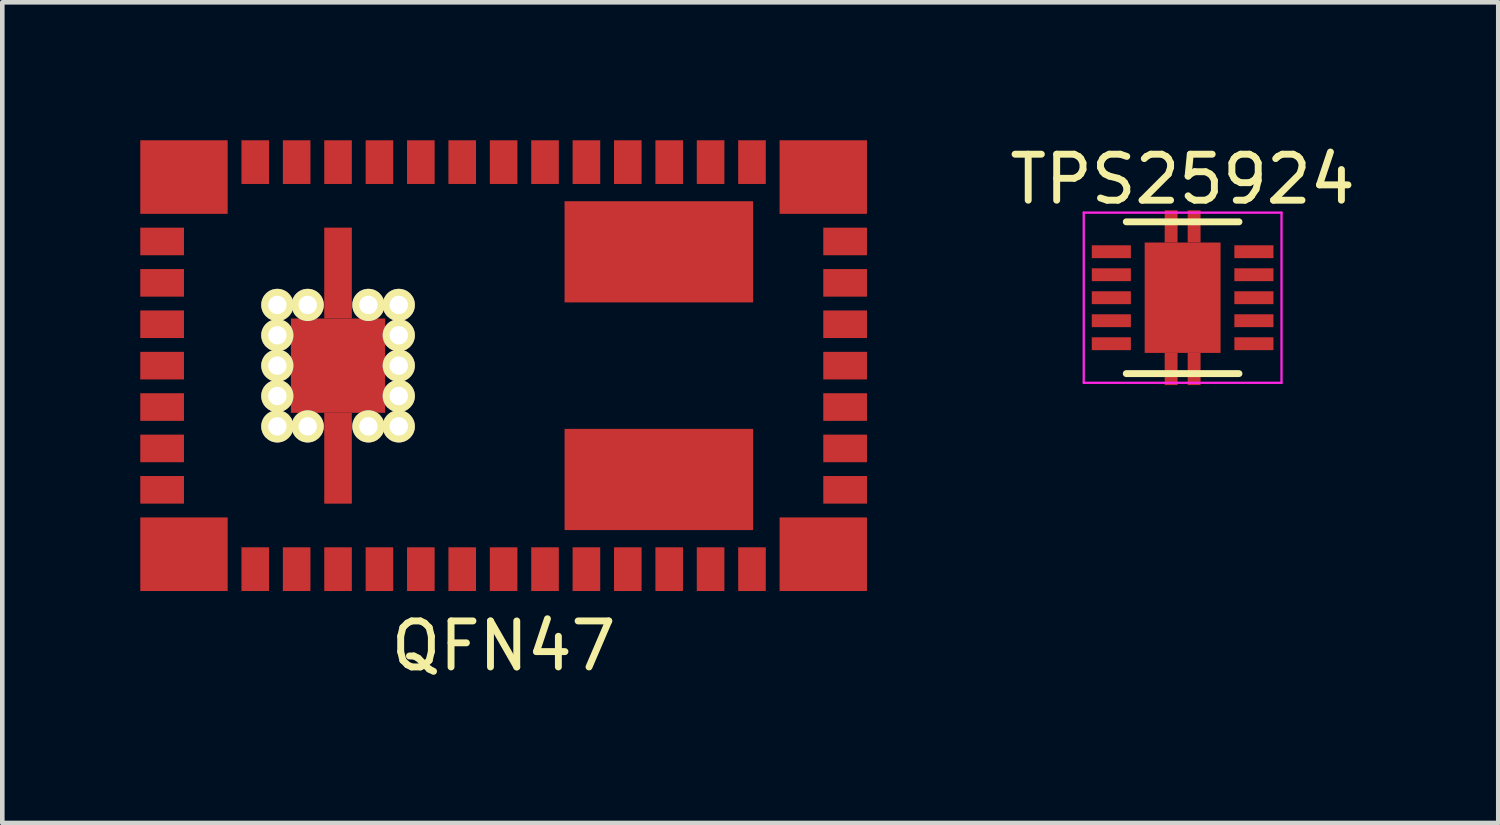
<source format=kicad_pcb>
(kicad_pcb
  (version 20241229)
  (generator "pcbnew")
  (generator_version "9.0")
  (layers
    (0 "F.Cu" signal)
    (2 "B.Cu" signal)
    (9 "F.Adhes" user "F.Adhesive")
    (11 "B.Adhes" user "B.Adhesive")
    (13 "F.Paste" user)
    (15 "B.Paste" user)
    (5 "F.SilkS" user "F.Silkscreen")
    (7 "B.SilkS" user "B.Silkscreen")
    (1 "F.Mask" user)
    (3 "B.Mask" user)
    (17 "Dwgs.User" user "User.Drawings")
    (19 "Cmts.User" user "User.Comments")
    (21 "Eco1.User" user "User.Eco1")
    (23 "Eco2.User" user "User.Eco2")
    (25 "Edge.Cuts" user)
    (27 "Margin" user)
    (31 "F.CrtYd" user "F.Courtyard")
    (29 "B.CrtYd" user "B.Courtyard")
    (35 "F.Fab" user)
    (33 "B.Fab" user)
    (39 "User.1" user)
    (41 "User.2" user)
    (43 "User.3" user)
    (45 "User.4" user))
  (footprint "TPS25924"
    (layer "F.Cu")
    (at 22.663 3.423)
    (property "Reference" "TPS25924" (at 0 -2.575 0) (layer "F.SilkS") (effects (font (size 1 1) (thickness 0.15))))
    (attr smd)
    (fp_line (start -1.225 -1.65) (end 1.225 -1.65) (stroke (width 0.15) (type solid)) (layer "F.SilkS"))
    (fp_line (start -1.225 1.65) (end 1.225 1.65) (stroke (width 0.15) (type solid)) (layer "F.SilkS"))
    (fp_line (start -2.15 -1.85) (end -2.15 1.85) (stroke (width 0.05) (type solid)) (layer "F.CrtYd"))
    (fp_line (start -2.15 -1.85) (end 2.15 -1.85) (stroke (width 0.05) (type solid)) (layer "F.CrtYd"))
    (fp_line (start -2.15 1.85) (end 2.15 1.85) (stroke (width 0.05) (type solid)) (layer "F.CrtYd"))
    (fp_line (start 2.15 -1.85) (end 2.15 1.85) (stroke (width 0.05) (type solid)) (layer "F.CrtYd"))
    (pad "1" smd rect (at -1.55 -1) (size 0.85 0.28) (layers "F.Cu" "F.Mask" "F.Paste"))
    (pad "2" smd rect (at -1.55 -0.5) (size 0.85 0.28) (layers "F.Cu" "F.Mask" "F.Paste"))
    (pad "3" smd rect (at -1.55 0) (size 0.85 0.28) (layers "F.Cu" "F.Mask" "F.Paste"))
    (pad "4" smd rect (at -1.55 0.5) (size 0.85 0.28) (layers "F.Cu" "F.Mask" "F.Paste"))
    (pad "5" smd rect (at -1.55 1) (size 0.85 0.28) (layers "F.Cu" "F.Mask" "F.Paste"))
    (pad "6" smd rect (at 1.55 1) (size 0.85 0.28) (layers "F.Cu" "F.Mask" "F.Paste"))
    (pad "7" smd rect (at 1.55 0.5) (size 0.85 0.28) (layers "F.Cu" "F.Mask" "F.Paste"))
    (pad "8" smd rect (at 1.55 0) (size 0.85 0.28) (layers "F.Cu" "F.Mask" "F.Paste"))
    (pad "9" smd rect (at 1.55 -0.5) (size 0.85 0.28) (layers "F.Cu" "F.Mask" "F.Paste"))
    (pad "10" smd rect (at 1.55 -1) (size 0.85 0.28) (layers "F.Cu" "F.Mask" "F.Paste"))
    (pad "11" smd rect (at -0.25 -1.55) (size 0.28 0.7) (layers "F.Cu" "F.Mask" "F.Paste"))
    (pad "11" smd rect (at -0.25 1.55) (size 0.28 0.7) (layers "F.Cu" "F.Mask" "F.Paste"))
    (pad "11" smd rect (at 0 0) (size 1.65 2.4) (layers "F.Cu" "F.Mask" "F.Paste"))
    (pad "11" smd rect (at 0.25 -1.55) (size 0.28 0.7) (layers "F.Cu" "F.Mask" "F.Paste"))
    (pad "11" smd rect (at 0.25 1.55) (size 0.28 0.7) (layers "F.Cu" "F.Mask" "F.Paste")))
  (footprint "QFN47"
    (layer "F.Cu")
    (at 7.9 4.9)
    (property "Reference" "QFN47" (at 0 6.096 0) (layer "F.SilkS") (effects (font (size 1 1) (thickness 0.15))))
    (attr through_hole)
    (pad "1" smd rect (at -6.95 4.1) (size 1.9 1.6) (layers "F.Cu" "F.Mask" "F.Paste"))
    (pad "2" smd rect (at -5.4 4.425) (size 0.6 0.95) (layers "F.Cu" "F.Mask" "F.Paste"))
    (pad "3" smd rect (at -4.5 4.425) (size 0.6 0.95) (layers "F.Cu" "F.Mask" "F.Paste"))
    (pad "4" smd rect (at -3.6 4.425) (size 0.6 0.95) (layers "F.Cu" "F.Mask" "F.Paste"))
    (pad "5" smd rect (at -2.7 4.425) (size 0.6 0.95) (layers "F.Cu" "F.Mask" "F.Paste"))
    (pad "6" smd rect (at -1.8 4.425) (size 0.6 0.95) (layers "F.Cu" "F.Mask" "F.Paste"))
    (pad "7" smd rect (at -0.9 4.425) (size 0.6 0.95) (layers "F.Cu" "F.Mask" "F.Paste"))
    (pad "8" smd rect (at 0 4.425) (size 0.6 0.95) (layers "F.Cu" "F.Mask" "F.Paste"))
    (pad "9" smd rect (at 0.9 4.425) (size 0.6 0.95) (layers "F.Cu" "F.Mask" "F.Paste"))
    (pad "10" smd rect (at 1.8 4.425) (size 0.6 0.95) (layers "F.Cu" "F.Mask" "F.Paste"))
    (pad "11" smd rect (at 2.7 4.425) (size 0.6 0.95) (layers "F.Cu" "F.Mask" "F.Paste"))
    (pad "12" smd rect (at 3.6 4.425) (size 0.6 0.95) (layers "F.Cu" "F.Mask" "F.Paste"))
    (pad "13" smd rect (at 4.5 4.425) (size 0.6 0.95) (layers "F.Cu" "F.Mask" "F.Paste"))
    (pad "14" smd rect (at 5.4 4.425) (size 0.6 0.95) (layers "F.Cu" "F.Mask" "F.Paste"))
    (pad "15" smd rect (at 6.95 4.1) (size 1.9 1.6) (layers "F.Cu" "F.Mask" "F.Paste"))
    (pad "16" smd rect (at 7.425 2.7 90) (size 0.6 0.95) (layers "F.Cu" "F.Mask" "F.Paste"))
    (pad "17" smd rect (at 7.425 1.8 90) (size 0.6 0.95) (layers "F.Cu" "F.Mask" "F.Paste"))
    (pad "18" smd rect (at 7.425 0.9 90) (size 0.6 0.95) (layers "F.Cu" "F.Mask" "F.Paste"))
    (pad "19" smd rect (at 7.425 0 90) (size 0.6 0.95) (layers "F.Cu" "F.Mask" "F.Paste"))
    (pad "20" smd rect (at 7.425 -0.9 90) (size 0.6 0.95) (layers "F.Cu" "F.Mask" "F.Paste"))
    (pad "21" smd rect (at 7.425 -1.8 90) (size 0.6 0.95) (layers "F.Cu" "F.Mask" "F.Paste"))
    (pad "22" smd rect (at 7.425 -2.7 90) (size 0.6 0.95) (layers "F.Cu" "F.Mask" "F.Paste"))
    (pad "23" smd rect (at 6.95 -4.1) (size 1.9 1.6) (layers "F.Cu" "F.Mask" "F.Paste"))
    (pad "24" smd rect (at 5.4 -4.425) (size 0.6 0.95) (layers "F.Cu" "F.Mask" "F.Paste"))
    (pad "25" smd rect (at 4.5 -4.425) (size 0.6 0.95) (layers "F.Cu" "F.Mask" "F.Paste"))
    (pad "26" smd rect (at 3.6 -4.425) (size 0.6 0.95) (layers "F.Cu" "F.Mask" "F.Paste"))
    (pad "27" smd rect (at 2.7 -4.425) (size 0.6 0.95) (layers "F.Cu" "F.Mask" "F.Paste"))
    (pad "28" smd rect (at 1.8 -4.425) (size 0.6 0.95) (layers "F.Cu" "F.Mask" "F.Paste"))
    (pad "29" smd rect (at 0.9 -4.425) (size 0.6 0.95) (layers "F.Cu" "F.Mask" "F.Paste"))
    (pad "30" smd rect (at 0 -4.425) (size 0.6 0.95) (layers "F.Cu" "F.Mask" "F.Paste"))
    (pad "31" smd rect (at -0.9 -4.425) (size 0.6 0.95) (layers "F.Cu" "F.Mask" "F.Paste"))
    (pad "32" smd rect (at -1.8 -4.425) (size 0.6 0.95) (layers "F.Cu" "F.Mask" "F.Paste"))
    (pad "33" smd rect (at -2.7 -4.425) (size 0.6 0.95) (layers "F.Cu" "F.Mask" "F.Paste"))
    (pad "34" smd rect (at -3.6 -4.425) (size 0.6 0.95) (layers "F.Cu" "F.Mask" "F.Paste"))
    (pad "35" smd rect (at -4.5 -4.425) (size 0.6 0.95) (layers "F.Cu" "F.Mask" "F.Paste"))
    (pad "36" smd rect (at -5.4 -4.425) (size 0.6 0.95) (layers "F.Cu" "F.Mask" "F.Paste"))
    (pad "37" smd rect (at -6.95 -4.1) (size 1.9 1.6) (layers "F.Cu" "F.Mask" "F.Paste"))
    (pad "38" smd rect (at -7.425 -2.7 90) (size 0.6 0.95) (layers "F.Cu" "F.Mask" "F.Paste"))
    (pad "39" smd rect (at -7.425 -1.8 90) (size 0.6 0.95) (layers "F.Cu" "F.Mask" "F.Paste"))
    (pad "40" smd rect (at -7.425 -0.9 90) (size 0.6 0.95) (layers "F.Cu" "F.Mask" "F.Paste"))
    (pad "41" smd rect (at -7.425 0 90) (size 0.6 0.95) (layers "F.Cu" "F.Mask" "F.Paste"))
    (pad "42" smd rect (at -7.425 0.9 90) (size 0.6 0.95) (layers "F.Cu" "F.Mask" "F.Paste"))
    (pad "43" smd rect (at -7.425 1.8 90) (size 0.6 0.95) (layers "F.Cu" "F.Mask" "F.Paste"))
    (pad "44" smd rect (at -7.425 2.7 90) (size 0.6 0.95) (layers "F.Cu" "F.Mask" "F.Paste"))
    (pad "45" thru_hole circle (at -4.92 -1.32) (size 0.7 0.7) (drill 0.4) (layers "*.Cu" "*.Mask" "F.SilkS"))
    (pad "45" thru_hole circle (at -4.92 -0.66) (size 0.7 0.7) (drill 0.4) (layers "*.Cu" "*.Mask" "F.SilkS"))
    (pad "45" thru_hole circle (at -4.92 0) (size 0.7 0.7) (drill 0.4) (layers "*.Cu" "*.Mask" "F.SilkS"))
    (pad "45" thru_hole circle (at -4.92 0.66) (size 0.7 0.7) (drill 0.4) (layers "*.Cu" "*.Mask" "F.SilkS"))
    (pad "45" thru_hole circle (at -4.92 1.32) (size 0.7 0.7) (drill 0.4) (layers "*.Cu" "*.Mask" "F.SilkS"))
    (pad "45" thru_hole circle (at -4.26 -1.32) (size 0.7 0.7) (drill 0.4) (layers "*.Cu" "*.Mask" "F.SilkS"))
    (pad "45" thru_hole circle (at -4.26 1.32) (size 0.7 0.7) (drill 0.4) (layers "*.Cu" "*.Mask" "F.SilkS"))
    (pad "45" smd rect (at -3.6 -2.013) (size 0.6 1.975) (layers "F.Cu" "F.Mask" "F.Paste"))
    (pad "45" smd rect (at -3.6 0) (size 2.05 2.05) (layers "F.Cu" "F.Mask" "F.Paste"))
    (pad "45" smd rect (at -3.6 2.013) (size 0.6 1.975) (layers "F.Cu" "F.Mask" "F.Paste"))
    (pad "45" thru_hole circle (at -2.94 -1.32) (size 0.7 0.7) (drill 0.4) (layers "*.Cu" "*.Mask" "F.SilkS"))
    (pad "45" thru_hole circle (at -2.94 1.32) (size 0.7 0.7) (drill 0.4) (layers "*.Cu" "*.Mask" "F.SilkS"))
    (pad "45" thru_hole circle (at -2.28 -1.32) (size 0.7 0.7) (drill 0.4) (layers "*.Cu" "*.Mask" "F.SilkS"))
    (pad "45" thru_hole circle (at -2.28 -0.66) (size 0.7 0.7) (drill 0.4) (layers "*.Cu" "*.Mask" "F.SilkS"))
    (pad "45" thru_hole circle (at -2.28 0) (size 0.7 0.7) (drill 0.4) (layers "*.Cu" "*.Mask" "F.SilkS"))
    (pad "45" thru_hole circle (at -2.28 0.66) (size 0.7 0.7) (drill 0.4) (layers "*.Cu" "*.Mask" "F.SilkS"))
    (pad "45" thru_hole circle (at -2.28 1.32) (size 0.7 0.7) (drill 0.4) (layers "*.Cu" "*.Mask" "F.SilkS"))
    (pad "46" smd rect (at 3.375 2.475) (size 4.1 2.2) (layers "F.Cu" "F.Mask" "F.Paste"))
    (pad "47" smd rect (at 3.375 -2.475) (size 4.1 2.2) (layers "F.Cu" "F.Mask" "F.Paste")))
  (gr_rect
    (start -3 -3)
    (end 29.526 14.844)
    (stroke (width 0.1) (type default))
    (fill no)
    (layer "Edge.Cuts")))
</source>
